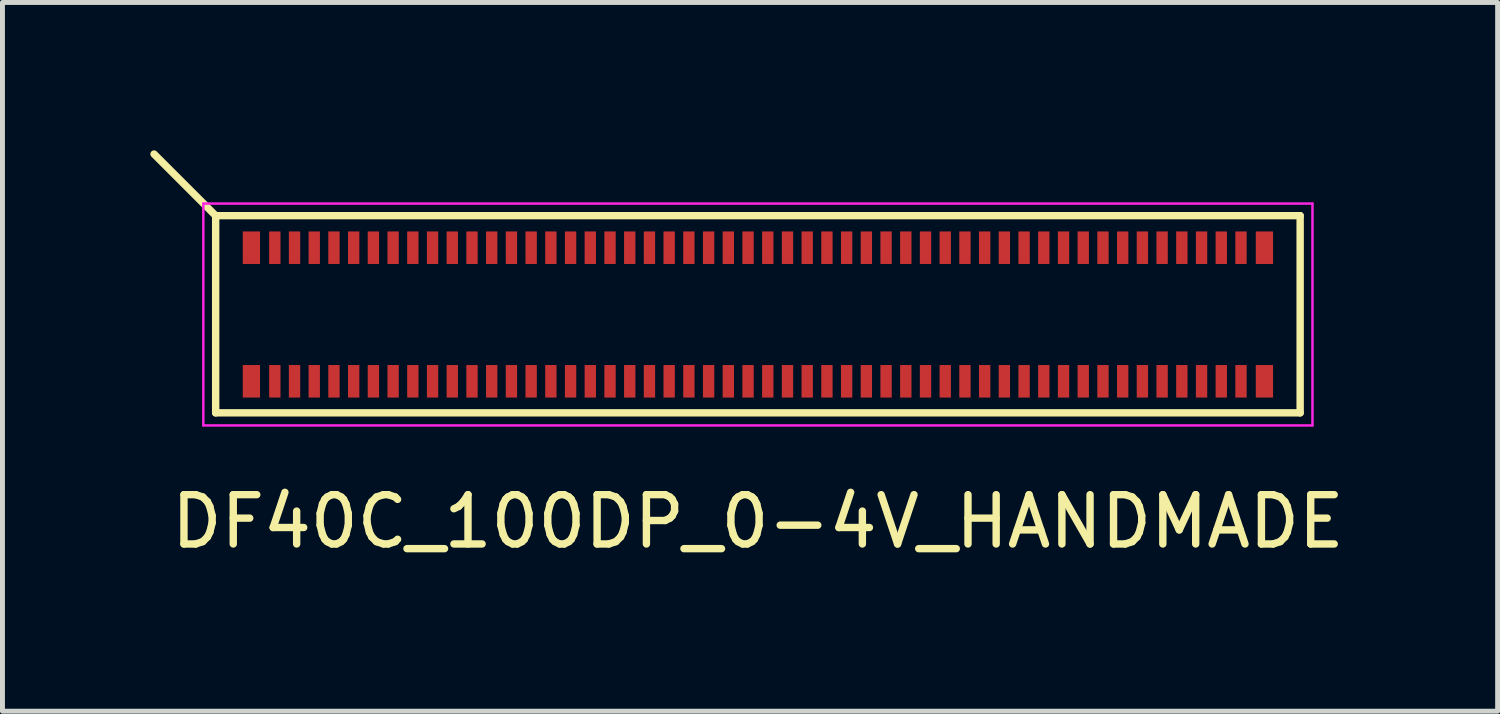
<source format=kicad_pcb>
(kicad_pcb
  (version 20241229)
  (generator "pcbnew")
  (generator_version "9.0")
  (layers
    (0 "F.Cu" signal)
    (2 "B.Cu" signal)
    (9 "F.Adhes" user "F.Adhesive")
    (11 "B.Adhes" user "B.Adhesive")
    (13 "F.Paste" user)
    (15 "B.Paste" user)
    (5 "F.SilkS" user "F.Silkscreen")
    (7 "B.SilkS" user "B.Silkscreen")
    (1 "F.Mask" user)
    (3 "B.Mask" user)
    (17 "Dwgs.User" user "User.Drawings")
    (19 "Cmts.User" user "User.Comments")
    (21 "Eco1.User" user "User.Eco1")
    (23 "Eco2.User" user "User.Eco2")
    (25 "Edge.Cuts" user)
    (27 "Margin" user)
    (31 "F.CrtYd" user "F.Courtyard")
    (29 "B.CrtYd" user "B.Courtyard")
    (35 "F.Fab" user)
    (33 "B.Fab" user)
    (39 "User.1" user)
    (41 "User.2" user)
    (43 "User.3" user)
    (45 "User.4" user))
  (footprint "DF40C_100DP_0-4V_HANDMADE"
    (layer "F.Cu")
    (at 12.325 3.33)
    (property "Reference" "DF40C_100DP_0-4V_HANDMADE" (at 0 4.2 180) (layer "F.SilkS") (effects (font (size 1 1) (thickness 0.15))))
    (attr smd)
    (fp_line (start -11 -2.005) (end -12.25 -3.255) (stroke (width 0.15) (type solid)) (layer "F.SilkS"))
    (fp_line (start -11 -2.005) (end -11 1.995) (stroke (width 0.15) (type solid)) (layer "F.SilkS"))
    (fp_line (start -11 -2.005) (end 11 -2.005) (stroke (width 0.15) (type solid)) (layer "F.SilkS"))
    (fp_line (start -11 1.995) (end 11 1.995) (stroke (width 0.15) (type solid)) (layer "F.SilkS"))
    (fp_line (start 11 -2.005) (end 11 1.995) (stroke (width 0.15) (type solid)) (layer "F.SilkS"))
    (fp_line (start -11.25 -2.25) (end -11.25 2.25) (stroke (width 0.05) (type solid)) (layer "F.CrtYd"))
    (fp_line (start -11.25 -2.25) (end 11.25 -2.25) (stroke (width 0.05) (type solid)) (layer "F.CrtYd"))
    (fp_line (start -11.25 2.25) (end 11.25 2.25) (stroke (width 0.05) (type solid)) (layer "F.CrtYd"))
    (fp_line (start 11.25 -2.25) (end 11.25 2.25) (stroke (width 0.05) (type solid)) (layer "F.CrtYd"))
    (pad "1" smd rect (at -9.8 -1.355) (size 0.23 0.66) (layers "F.Cu" "F.Mask" "F.Paste"))
    (pad "2" smd rect (at -9.8 1.355) (size 0.23 0.66) (layers "F.Cu" "F.Mask" "F.Paste"))
    (pad "3" smd rect (at -9.4 -1.355) (size 0.23 0.66) (layers "F.Cu" "F.Mask" "F.Paste"))
    (pad "4" smd rect (at -9.4 1.355) (size 0.23 0.66) (layers "F.Cu" "F.Mask" "F.Paste"))
    (pad "5" smd rect (at -9 -1.355) (size 0.23 0.66) (layers "F.Cu" "F.Mask" "F.Paste"))
    (pad "6" smd rect (at -9 1.355) (size 0.23 0.66) (layers "F.Cu" "F.Mask" "F.Paste"))
    (pad "7" smd rect (at -8.6 -1.355) (size 0.23 0.66) (layers "F.Cu" "F.Mask" "F.Paste"))
    (pad "8" smd rect (at -8.6 1.355) (size 0.23 0.66) (layers "F.Cu" "F.Mask" "F.Paste"))
    (pad "9" smd rect (at -8.2 -1.355) (size 0.23 0.66) (layers "F.Cu" "F.Mask" "F.Paste"))
    (pad "10" smd rect (at -8.2 1.355) (size 0.23 0.66) (layers "F.Cu" "F.Mask" "F.Paste"))
    (pad "11" smd rect (at -7.8 -1.355) (size 0.23 0.66) (layers "F.Cu" "F.Mask" "F.Paste"))
    (pad "12" smd rect (at -7.8 1.355) (size 0.23 0.66) (layers "F.Cu" "F.Mask" "F.Paste"))
    (pad "13" smd rect (at -7.4 -1.355) (size 0.23 0.66) (layers "F.Cu" "F.Mask" "F.Paste"))
    (pad "14" smd rect (at -7.4 1.355) (size 0.23 0.66) (layers "F.Cu" "F.Mask" "F.Paste"))
    (pad "15" smd rect (at -7 -1.355) (size 0.23 0.66) (layers "F.Cu" "F.Mask" "F.Paste"))
    (pad "16" smd rect (at -7 1.355) (size 0.23 0.66) (layers "F.Cu" "F.Mask" "F.Paste"))
    (pad "17" smd rect (at -6.6 -1.355) (size 0.23 0.66) (layers "F.Cu" "F.Mask" "F.Paste"))
    (pad "18" smd rect (at -6.6 1.355) (size 0.23 0.66) (layers "F.Cu" "F.Mask" "F.Paste"))
    (pad "19" smd rect (at -6.2 -1.355) (size 0.23 0.66) (layers "F.Cu" "F.Mask" "F.Paste"))
    (pad "20" smd rect (at -6.2 1.355) (size 0.23 0.66) (layers "F.Cu" "F.Mask" "F.Paste"))
    (pad "21" smd rect (at -5.8 -1.355) (size 0.23 0.66) (layers "F.Cu" "F.Mask" "F.Paste"))
    (pad "22" smd rect (at -5.8 1.355) (size 0.23 0.66) (layers "F.Cu" "F.Mask" "F.Paste"))
    (pad "23" smd rect (at -5.4 -1.355) (size 0.23 0.66) (layers "F.Cu" "F.Mask" "F.Paste"))
    (pad "24" smd rect (at -5.4 1.355) (size 0.23 0.66) (layers "F.Cu" "F.Mask" "F.Paste"))
    (pad "25" smd rect (at -5 -1.355) (size 0.23 0.66) (layers "F.Cu" "F.Mask" "F.Paste"))
    (pad "26" smd rect (at -5 1.355) (size 0.23 0.66) (layers "F.Cu" "F.Mask" "F.Paste"))
    (pad "27" smd rect (at -4.6 -1.355) (size 0.23 0.66) (layers "F.Cu" "F.Mask" "F.Paste"))
    (pad "28" smd rect (at -4.6 1.355) (size 0.23 0.66) (layers "F.Cu" "F.Mask" "F.Paste"))
    (pad "29" smd rect (at -4.2 -1.355) (size 0.23 0.66) (layers "F.Cu" "F.Mask" "F.Paste"))
    (pad "30" smd rect (at -4.2 1.355) (size 0.23 0.66) (layers "F.Cu" "F.Mask" "F.Paste"))
    (pad "31" smd rect (at -3.8 -1.355) (size 0.23 0.66) (layers "F.Cu" "F.Mask" "F.Paste"))
    (pad "32" smd rect (at -3.8 1.355) (size 0.23 0.66) (layers "F.Cu" "F.Mask" "F.Paste"))
    (pad "33" smd rect (at -3.4 -1.355) (size 0.23 0.66) (layers "F.Cu" "F.Mask" "F.Paste"))
    (pad "34" smd rect (at -3.4 1.355) (size 0.23 0.66) (layers "F.Cu" "F.Mask" "F.Paste"))
    (pad "35" smd rect (at -3 -1.355) (size 0.23 0.66) (layers "F.Cu" "F.Mask" "F.Paste"))
    (pad "36" smd rect (at -3 1.355) (size 0.23 0.66) (layers "F.Cu" "F.Mask" "F.Paste"))
    (pad "37" smd rect (at -2.6 -1.355) (size 0.23 0.66) (layers "F.Cu" "F.Mask" "F.Paste"))
    (pad "38" smd rect (at -2.6 1.355) (size 0.23 0.66) (layers "F.Cu" "F.Mask" "F.Paste"))
    (pad "39" smd rect (at -2.2 -1.355) (size 0.23 0.66) (layers "F.Cu" "F.Mask" "F.Paste"))
    (pad "40" smd rect (at -2.2 1.355) (size 0.23 0.66) (layers "F.Cu" "F.Mask" "F.Paste"))
    (pad "41" smd rect (at -1.8 -1.355) (size 0.23 0.66) (layers "F.Cu" "F.Mask" "F.Paste"))
    (pad "42" smd rect (at -1.8 1.355) (size 0.23 0.66) (layers "F.Cu" "F.Mask" "F.Paste"))
    (pad "43" smd rect (at -1.4 -1.355) (size 0.23 0.66) (layers "F.Cu" "F.Mask" "F.Paste"))
    (pad "44" smd rect (at -1.4 1.355) (size 0.23 0.66) (layers "F.Cu" "F.Mask" "F.Paste"))
    (pad "45" smd rect (at -1 -1.355) (size 0.23 0.66) (layers "F.Cu" "F.Mask" "F.Paste"))
    (pad "46" smd rect (at -1 1.355) (size 0.23 0.66) (layers "F.Cu" "F.Mask" "F.Paste"))
    (pad "47" smd rect (at -0.6 -1.355) (size 0.23 0.66) (layers "F.Cu" "F.Mask" "F.Paste"))
    (pad "48" smd rect (at -0.6 1.355) (size 0.23 0.66) (layers "F.Cu" "F.Mask" "F.Paste"))
    (pad "49" smd rect (at -0.2 -1.355) (size 0.23 0.66) (layers "F.Cu" "F.Mask" "F.Paste"))
    (pad "50" smd rect (at -0.2 1.355) (size 0.23 0.66) (layers "F.Cu" "F.Mask" "F.Paste"))
    (pad "51" smd rect (at 0.2 -1.355) (size 0.23 0.66) (layers "F.Cu" "F.Mask" "F.Paste"))
    (pad "52" smd rect (at 0.2 1.355) (size 0.23 0.66) (layers "F.Cu" "F.Mask" "F.Paste"))
    (pad "53" smd rect (at 0.6 -1.355) (size 0.23 0.66) (layers "F.Cu" "F.Mask" "F.Paste"))
    (pad "54" smd rect (at 0.6 1.355) (size 0.23 0.66) (layers "F.Cu" "F.Mask" "F.Paste"))
    (pad "55" smd rect (at 1 -1.355) (size 0.23 0.66) (layers "F.Cu" "F.Mask" "F.Paste"))
    (pad "56" smd rect (at 1 1.355) (size 0.23 0.66) (layers "F.Cu" "F.Mask" "F.Paste"))
    (pad "57" smd rect (at 1.4 -1.355) (size 0.23 0.66) (layers "F.Cu" "F.Mask" "F.Paste"))
    (pad "58" smd rect (at 1.4 1.355) (size 0.23 0.66) (layers "F.Cu" "F.Mask" "F.Paste"))
    (pad "59" smd rect (at 1.8 -1.355) (size 0.23 0.66) (layers "F.Cu" "F.Mask" "F.Paste"))
    (pad "60" smd rect (at 1.8 1.355) (size 0.23 0.66) (layers "F.Cu" "F.Mask" "F.Paste"))
    (pad "61" smd rect (at 2.2 -1.355) (size 0.23 0.66) (layers "F.Cu" "F.Mask" "F.Paste"))
    (pad "62" smd rect (at 2.2 1.355) (size 0.23 0.66) (layers "F.Cu" "F.Mask" "F.Paste"))
    (pad "63" smd rect (at 2.6 -1.355) (size 0.23 0.66) (layers "F.Cu" "F.Mask" "F.Paste"))
    (pad "64" smd rect (at 2.6 1.355) (size 0.23 0.66) (layers "F.Cu" "F.Mask" "F.Paste"))
    (pad "65" smd rect (at 3 -1.355) (size 0.23 0.66) (layers "F.Cu" "F.Mask" "F.Paste"))
    (pad "66" smd rect (at 3 1.355) (size 0.23 0.66) (layers "F.Cu" "F.Mask" "F.Paste"))
    (pad "67" smd rect (at 3.4 -1.355) (size 0.23 0.66) (layers "F.Cu" "F.Mask" "F.Paste"))
    (pad "68" smd rect (at 3.4 1.355) (size 0.23 0.66) (layers "F.Cu" "F.Mask" "F.Paste"))
    (pad "69" smd rect (at 3.8 -1.355) (size 0.23 0.66) (layers "F.Cu" "F.Mask" "F.Paste"))
    (pad "70" smd rect (at 3.8 1.355) (size 0.23 0.66) (layers "F.Cu" "F.Mask" "F.Paste"))
    (pad "71" smd rect (at 4.2 -1.355) (size 0.23 0.66) (layers "F.Cu" "F.Mask" "F.Paste"))
    (pad "72" smd rect (at 4.2 1.355) (size 0.23 0.66) (layers "F.Cu" "F.Mask" "F.Paste"))
    (pad "73" smd rect (at 4.6 -1.355) (size 0.23 0.66) (layers "F.Cu" "F.Mask" "F.Paste"))
    (pad "74" smd rect (at 4.6 1.355) (size 0.23 0.66) (layers "F.Cu" "F.Mask" "F.Paste"))
    (pad "75" smd rect (at 5 -1.355) (size 0.23 0.66) (layers "F.Cu" "F.Mask" "F.Paste"))
    (pad "76" smd rect (at 5 1.355) (size 0.23 0.66) (layers "F.Cu" "F.Mask" "F.Paste"))
    (pad "77" smd rect (at 5.4 -1.355) (size 0.23 0.66) (layers "F.Cu" "F.Mask" "F.Paste"))
    (pad "78" smd rect (at 5.4 1.355) (size 0.23 0.66) (layers "F.Cu" "F.Mask" "F.Paste"))
    (pad "79" smd rect (at 5.8 -1.355) (size 0.23 0.66) (layers "F.Cu" "F.Mask" "F.Paste"))
    (pad "80" smd rect (at 5.8 1.355) (size 0.23 0.66) (layers "F.Cu" "F.Mask" "F.Paste"))
    (pad "81" smd rect (at 6.2 -1.355) (size 0.23 0.66) (layers "F.Cu" "F.Mask" "F.Paste"))
    (pad "82" smd rect (at 6.2 1.355) (size 0.23 0.66) (layers "F.Cu" "F.Mask" "F.Paste"))
    (pad "83" smd rect (at 6.6 -1.355) (size 0.23 0.66) (layers "F.Cu" "F.Mask" "F.Paste"))
    (pad "84" smd rect (at 6.6 1.355) (size 0.23 0.66) (layers "F.Cu" "F.Mask" "F.Paste"))
    (pad "85" smd rect (at 7 -1.355) (size 0.23 0.66) (layers "F.Cu" "F.Mask" "F.Paste"))
    (pad "86" smd rect (at 7 1.355) (size 0.23 0.66) (layers "F.Cu" "F.Mask" "F.Paste"))
    (pad "87" smd rect (at 7.4 -1.355) (size 0.23 0.66) (layers "F.Cu" "F.Mask" "F.Paste"))
    (pad "88" smd rect (at 7.4 1.355) (size 0.23 0.66) (layers "F.Cu" "F.Mask" "F.Paste"))
    (pad "89" smd rect (at 7.8 -1.355) (size 0.23 0.66) (layers "F.Cu" "F.Mask" "F.Paste"))
    (pad "90" smd rect (at 7.8 1.355) (size 0.23 0.66) (layers "F.Cu" "F.Mask" "F.Paste"))
    (pad "91" smd rect (at 8.2 -1.355) (size 0.23 0.66) (layers "F.Cu" "F.Mask" "F.Paste"))
    (pad "92" smd rect (at 8.2 1.355) (size 0.23 0.66) (layers "F.Cu" "F.Mask" "F.Paste"))
    (pad "93" smd rect (at 8.6 -1.355) (size 0.23 0.66) (layers "F.Cu" "F.Mask" "F.Paste"))
    (pad "94" smd rect (at 8.6 1.355) (size 0.23 0.66) (layers "F.Cu" "F.Mask" "F.Paste"))
    (pad "95" smd rect (at 9 -1.355) (size 0.23 0.66) (layers "F.Cu" "F.Mask" "F.Paste"))
    (pad "96" smd rect (at 9 1.355) (size 0.23 0.66) (layers "F.Cu" "F.Mask" "F.Paste"))
    (pad "97" smd rect (at 9.4 -1.355) (size 0.23 0.66) (layers "F.Cu" "F.Mask" "F.Paste"))
    (pad "98" smd rect (at 9.4 1.355) (size 0.23 0.66) (layers "F.Cu" "F.Mask" "F.Paste"))
    (pad "99" smd rect (at 9.8 -1.355) (size 0.23 0.66) (layers "F.Cu" "F.Mask" "F.Paste"))
    (pad "100" smd rect (at 9.8 1.355) (size 0.23 0.66) (layers "F.Cu" "F.Mask" "F.Paste"))
    (pad "GND" smd rect (at -10.275 -1.355) (size 0.35 0.66) (layers "F.Cu" "F.Mask" "F.Paste"))
    (pad "GND" smd rect (at -10.275 1.355) (size 0.35 0.66) (layers "F.Cu" "F.Mask" "F.Paste"))
    (pad "GND" smd rect (at 10.275 -1.355) (size 0.35 0.66) (layers "F.Cu" "F.Mask" "F.Paste"))
    (pad "GND" smd rect (at 10.275 1.355) (size 0.35 0.66) (layers "F.Cu" "F.Mask" "F.Paste")))
  (gr_rect
    (start -3 -3)
    (end 27.331 11.378)
    (stroke (width 0.1) (type default))
    (fill no)
    (layer "Edge.Cuts")))
</source>
